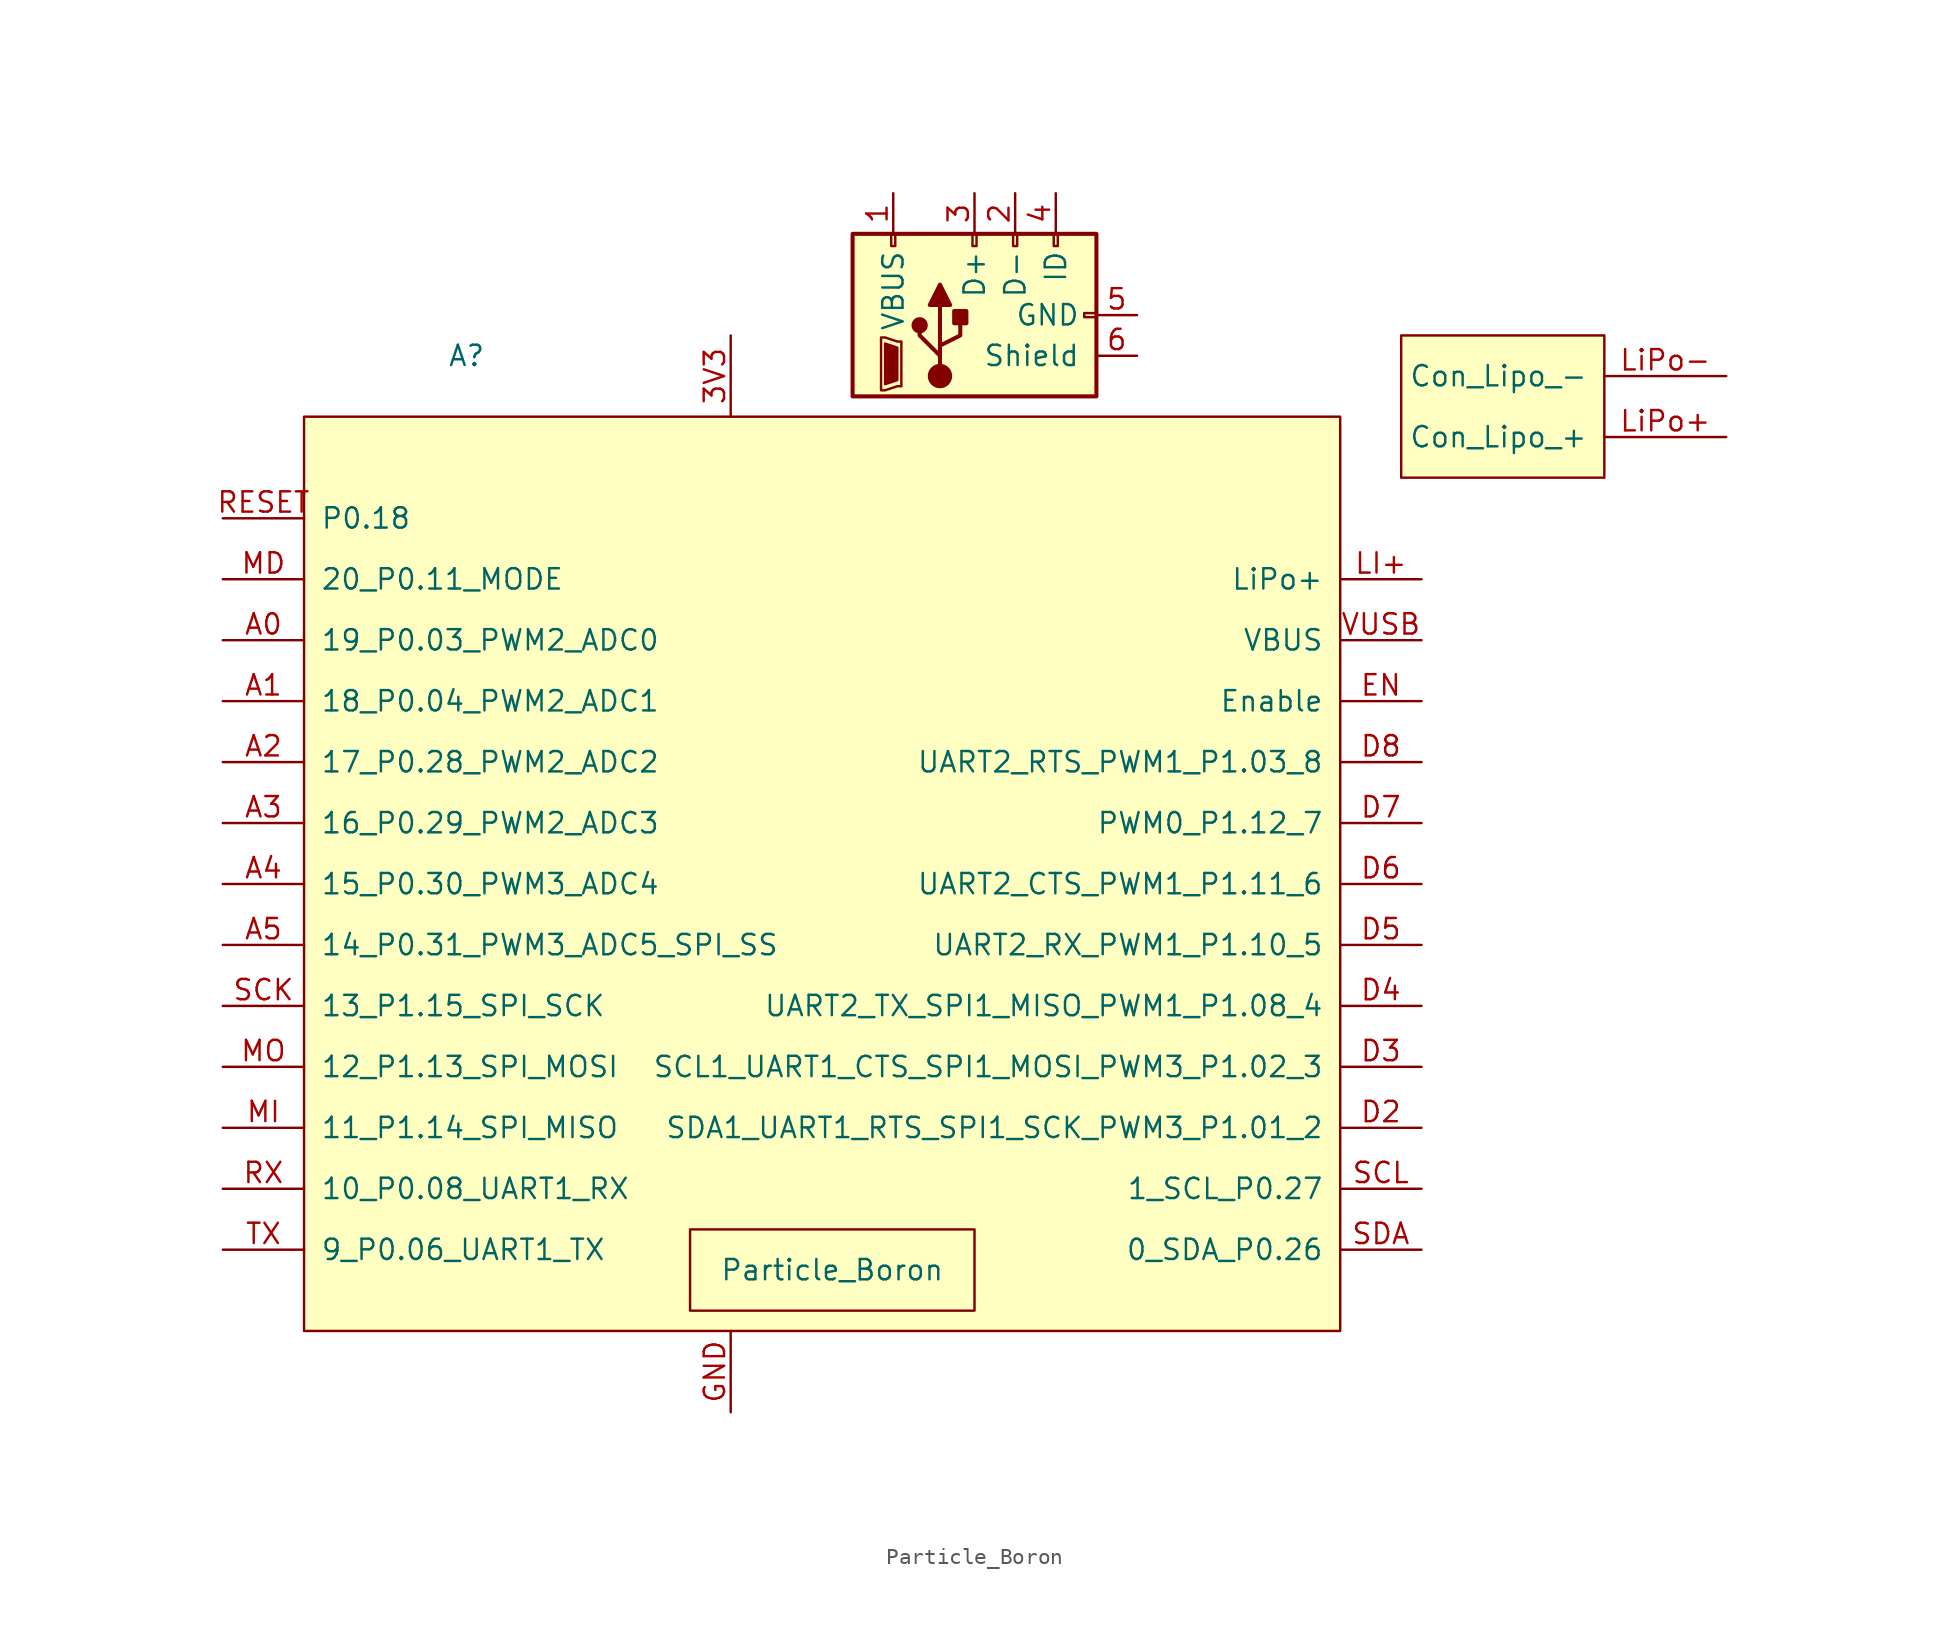
<source format=kicad_sym>
(kicad_symbol_lib
  (version 20231120)
  (generator "kicad_symbol_editor")
  (generator_version "8.0")
  (symbol "Particle_Boron"
    (pin_names
      (offset 1.016))
    (property "Reference" "A"
      (at -21.59 29.21 0)
      (effects (font (size 1.27 1.27))))
    (property "Value" "Particle_Boron"
      (at 1.27 -27.94 0)
      (effects (font (size 1.27 1.27))))
    (symbol "Particle_Boron_0_1"
      (rectangle (start -31.75 25.4) (end 33.02 -31.75) (stroke (width 0) (type solid)) (fill (type background)))
      (rectangle (start -7.62 -25.4) (end 10.16 -30.48) (stroke (width 0) (type solid)) (fill (type none)))
      (polyline (pts (xy 8.001 29.845) (xy 8.001 32.385)) (stroke (width 0.254) (type solid)) (fill (type none)))
      (polyline (pts (xy 7.366 32.385) (xy 8.636 32.385) (xy 8.001 33.655) (xy 7.366 32.385)) (stroke (width 0.254) (type solid)) (fill (type outline)))
      (polyline (pts (xy 8.001 28.575) (xy 8.001 29.21) (xy 6.731 30.48) (xy 6.731 31.115)) (stroke (width 0.254) (type solid)) (fill (type none)))
      (polyline (pts (xy 8.001 29.21) (xy 8.001 29.845) (xy 9.271 30.48) (xy 9.271 31.75)) (stroke (width 0.254) (type solid)) (fill (type none)))
      (polyline (pts (xy 4.572 27.432) (xy 4.572 29.972) (xy 5.334 29.718) (xy 5.334 27.686) (xy 4.572 27.432)) (stroke (width 0) (type solid)) (fill (type outline)))
      (polyline (pts (xy 4.318 27.051) (xy 4.572 27.051) (xy 5.334 27.305) (xy 5.588 27.305) (xy 5.588 30.099) (xy 5.334 30.099) (xy 4.572 30.353) (xy 4.318 30.353) (xy 4.318 27.051)) (stroke (width 0) (type solid)) (fill (type none)))
      (rectangle (start 5.207 36.83) (end 4.953 36.068) (stroke (width 0) (type solid)) (fill (type none)))
      (circle (center 6.731 31.115) (radius 0.381) (stroke (width 0.254) (type solid)) (fill (type outline)))
      (circle (center 8.001 27.94) (radius 0.635) (stroke (width 0.254) (type solid)) (fill (type outline)))
      (rectangle (start 8.89 32.004) (end 9.652 31.242) (stroke (width 0.254) (type solid)) (fill (type outline)))
      (rectangle (start 10.287 36.83) (end 10.033 36.068) (stroke (width 0) (type solid)) (fill (type none)))
      (rectangle (start 12.827 36.83) (end 12.573 36.068) (stroke (width 0) (type solid)) (fill (type none)))
      (rectangle (start 15.367 36.83) (end 15.113 36.068) (stroke (width 0) (type solid)) (fill (type none)))
      (rectangle (start 17.78 26.67) (end 2.54 36.83) (stroke (width 0.254) (type solid)) (fill (type background)))
      (rectangle (start 17.78 31.623) (end 17.018 31.877) (stroke (width 0) (type solid)) (fill (type none)))
      (rectangle (start 49.53 21.59) (end 36.83 30.48) (stroke (width 0) (type solid)) (fill (type background))))
    (symbol "Particle_Boron_1_1"
      (pin power_out line (at 5.08 39.37 270) (length 2.54) (name "VBUS" (effects (font (size 1.27 1.27)))) (number "1" (effects (font (size 1.27 1.27)))))
      (pin passive line (at 12.7 39.37 270) (length 2.54) (name "D-" (effects (font (size 1.27 1.27)))) (number "2" (effects (font (size 1.27 1.27)))))
      (pin passive line (at 10.16 39.37 270) (length 2.54) (name "D+" (effects (font (size 1.27 1.27)))) (number "3" (effects (font (size 1.27 1.27)))))
      (pin power_in line (at -5.08 30.48 270) (length 5.08) (name "~" (effects (font (size 1.27 1.27)))) (number "3V3" (effects (font (size 1.27 1.27)))))
      (pin passive line (at 15.24 39.37 270) (length 2.54) (name "ID" (effects (font (size 1.27 1.27)))) (number "4" (effects (font (size 1.27 1.27)))))
      (pin power_out line (at 20.32 31.75 180) (length 2.54) (name "GND" (effects (font (size 1.27 1.27)))) (number "5" (effects (font (size 1.27 1.27)))))
      (pin passive line (at 20.32 29.21 180) (length 2.54) (name "Shield" (effects (font (size 1.27 1.27)))) (number "6" (effects (font (size 1.27 1.27)))))
      (pin bidirectional line (at -36.83 11.43 0) (length 5.08) (name "19_P0.03_PWM2_ADC0" (effects (font (size 1.27 1.27)))) (number "A0" (effects (font (size 1.27 1.27)))))
      (pin bidirectional line (at -36.83 7.62 0) (length 5.08) (name "18_P0.04_PWM2_ADC1" (effects (font (size 1.27 1.27)))) (number "A1" (effects (font (size 1.27 1.27)))))
      (pin bidirectional line (at -36.83 3.81 0) (length 5.08) (name "17_P0.28_PWM2_ADC2" (effects (font (size 1.27 1.27)))) (number "A2" (effects (font (size 1.27 1.27)))))
      (pin bidirectional line (at -36.83 0 0) (length 5.08) (name "16_P0.29_PWM2_ADC3" (effects (font (size 1.27 1.27)))) (number "A3" (effects (font (size 1.27 1.27)))))
      (pin bidirectional line (at -36.83 -3.81 0) (length 5.08) (name "15_P0.30_PWM3_ADC4" (effects (font (size 1.27 1.27)))) (number "A4" (effects (font (size 1.27 1.27)))))
      (pin bidirectional line (at -36.83 -7.62 0) (length 5.08) (name "14_P0.31_PWM3_ADC5_SPI_SS" (effects (font (size 1.27 1.27)))) (number "A5" (effects (font (size 1.27 1.27)))))
      (pin bidirectional line (at 38.1 -19.05 180) (length 5.08) (name "SDA1_UART1_RTS_SPI1_SCK_PWM3_P1.01_2" (effects (font (size 1.27 1.27)))) (number "D2" (effects (font (size 1.27 1.27)))))
      (pin bidirectional line (at 38.1 -15.24 180) (length 5.08) (name "SCL1_UART1_CTS_SPI1_MOSI_PWM3_P1.02_3" (effects (font (size 1.27 1.27)))) (number "D3" (effects (font (size 1.27 1.27)))))
      (pin bidirectional line (at 38.1 -11.43 180) (length 5.08) (name "UART2_TX_SPI1_MISO_PWM1_P1.08_4" (effects (font (size 1.27 1.27)))) (number "D4" (effects (font (size 1.27 1.27)))))
      (pin bidirectional line (at 38.1 -7.62 180) (length 5.08) (name "UART2_RX_PWM1_P1.10_5" (effects (font (size 1.27 1.27)))) (number "D5" (effects (font (size 1.27 1.27)))))
      (pin bidirectional line (at 38.1 -3.81 180) (length 5.08) (name "UART2_CTS_PWM1_P1.11_6" (effects (font (size 1.27 1.27)))) (number "D6" (effects (font (size 1.27 1.27)))))
      (pin bidirectional line (at 38.1 0 180) (length 5.08) (name "PWM0_P1.12_7" (effects (font (size 1.27 1.27)))) (number "D7" (effects (font (size 1.27 1.27)))))
      (pin bidirectional line (at 38.1 3.81 180) (length 5.08) (name "UART2_RTS_PWM1_P1.03_8" (effects (font (size 1.27 1.27)))) (number "D8" (effects (font (size 1.27 1.27)))))
      (pin passive line (at 38.1 7.62 180) (length 5.08) (name "Enable" (effects (font (size 1.27 1.27)))) (number "EN" (effects (font (size 1.27 1.27)))))
      (pin power_in line (at -5.08 -36.83 90) (length 5.08) (name "~" (effects (font (size 1.27 1.27)))) (number "GND" (effects (font (size 1.27 1.27)))))
      (pin power_in line (at 38.1 15.24 180) (length 5.08) (name "LiPo+" (effects (font (size 1.27 1.27)))) (number "LI+" (effects (font (size 1.27 1.27)))))
      (pin passive line (at 57.15 24.13 180) (length 7.62) (name "Con_Lipo_+" (effects (font (size 1.27 1.27)))) (number "LiPo+" (effects (font (size 1.27 1.27)))))
      (pin passive line (at 57.15 27.94 180) (length 7.62) (name "Con_Lipo_-" (effects (font (size 1.27 1.27)))) (number "LiPo-" (effects (font (size 1.27 1.27)))))
      (pin passive line (at -36.83 15.24 0) (length 5.08) (name "20_P0.11_MODE" (effects (font (size 1.27 1.27)))) (number "MD" (effects (font (size 1.27 1.27)))))
      (pin bidirectional line (at -36.83 -19.05 0) (length 5.08) (name "11_P1.14_SPI_MISO" (effects (font (size 1.27 1.27)))) (number "MI" (effects (font (size 1.27 1.27)))))
      (pin bidirectional line (at -36.83 -15.24 0) (length 5.08) (name "12_P1.13_SPI_MOSI" (effects (font (size 1.27 1.27)))) (number "MO" (effects (font (size 1.27 1.27)))))
      (pin passive line (at -36.83 19.05 0) (length 5.08) (name "P0.18" (effects (font (size 1.27 1.27)))) (number "RESET" (effects (font (size 1.27 1.27)))))
      (pin input line (at -36.83 -22.86 0) (length 5.08) (name "10_P0.08_UART1_RX" (effects (font (size 1.27 1.27)))) (number "RX" (effects (font (size 1.27 1.27)))))
      (pin bidirectional line (at -36.83 -11.43 0) (length 5.08) (name "13_P1.15_SPI_SCK" (effects (font (size 1.27 1.27)))) (number "SCK" (effects (font (size 1.27 1.27)))))
      (pin bidirectional line (at 38.1 -22.86 180) (length 5.08) (name "1_SCL_P0.27" (effects (font (size 1.27 1.27)))) (number "SCL" (effects (font (size 1.27 1.27)))))
      (pin bidirectional line (at 38.1 -26.67 180) (length 5.08) (name "0_SDA_P0.26" (effects (font (size 1.27 1.27)))) (number "SDA" (effects (font (size 1.27 1.27)))))
      (pin output line (at -36.83 -26.67 0) (length 5.08) (name "9_P0.06_UART1_TX" (effects (font (size 1.27 1.27)))) (number "TX" (effects (font (size 1.27 1.27)))))
      (pin power_in line (at 38.1 11.43 180) (length 5.08) (name "VBUS" (effects (font (size 1.27 1.27)))) (number "VUSB" (effects (font (size 1.27 1.27))))))))
</source>
